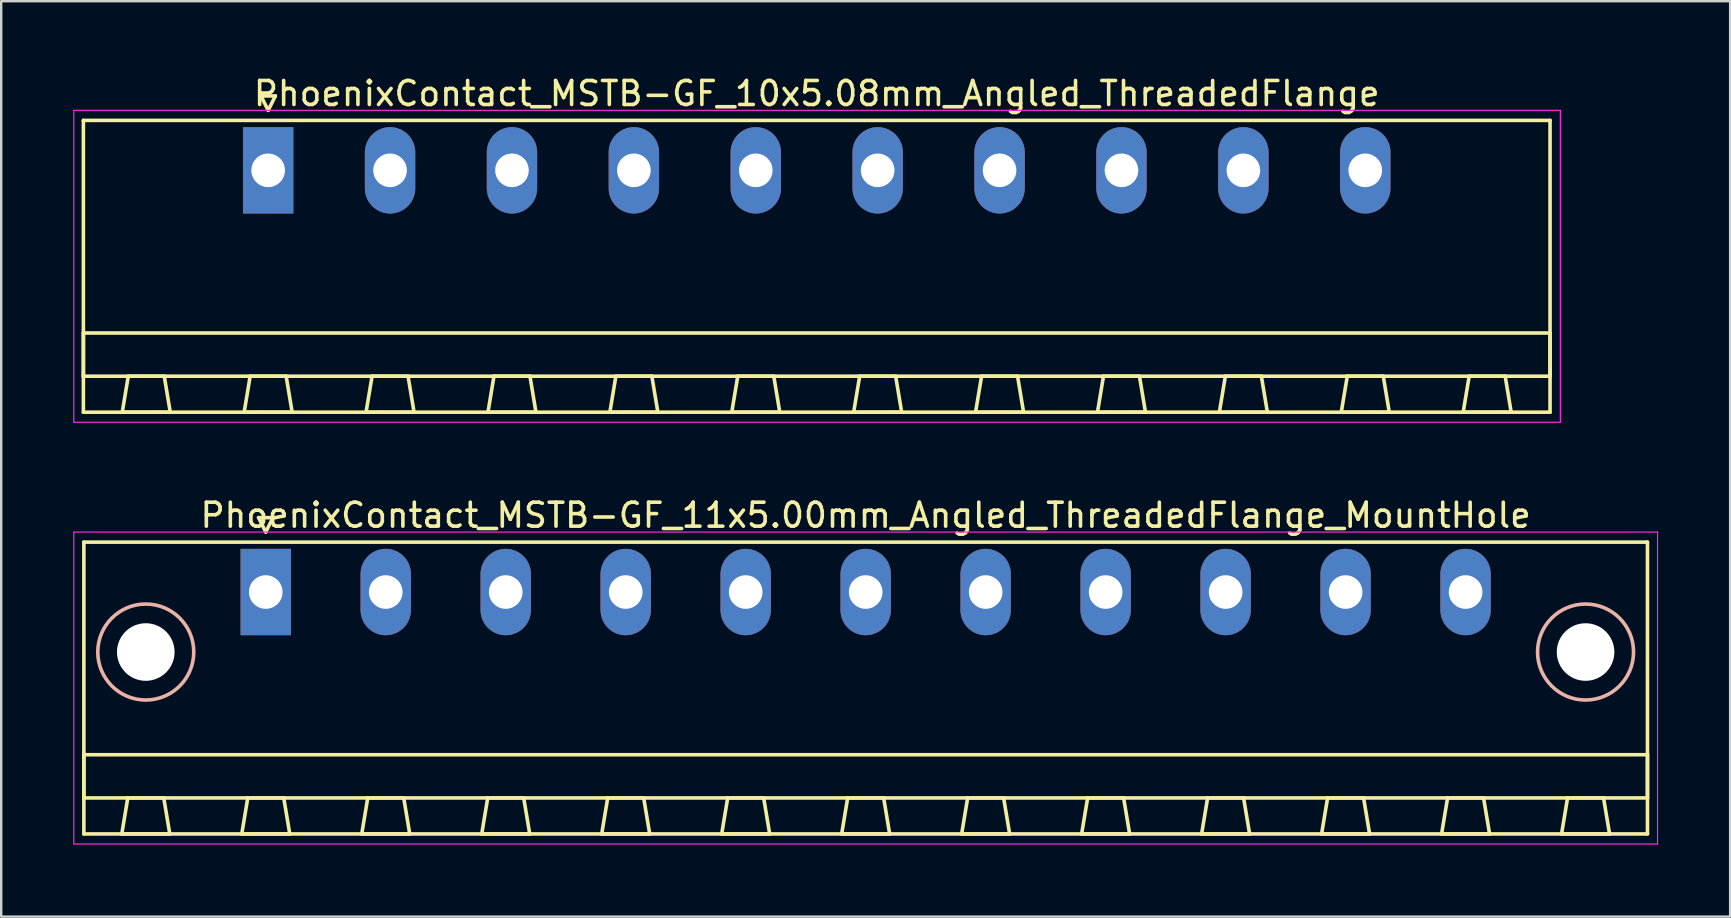
<source format=kicad_pcb>
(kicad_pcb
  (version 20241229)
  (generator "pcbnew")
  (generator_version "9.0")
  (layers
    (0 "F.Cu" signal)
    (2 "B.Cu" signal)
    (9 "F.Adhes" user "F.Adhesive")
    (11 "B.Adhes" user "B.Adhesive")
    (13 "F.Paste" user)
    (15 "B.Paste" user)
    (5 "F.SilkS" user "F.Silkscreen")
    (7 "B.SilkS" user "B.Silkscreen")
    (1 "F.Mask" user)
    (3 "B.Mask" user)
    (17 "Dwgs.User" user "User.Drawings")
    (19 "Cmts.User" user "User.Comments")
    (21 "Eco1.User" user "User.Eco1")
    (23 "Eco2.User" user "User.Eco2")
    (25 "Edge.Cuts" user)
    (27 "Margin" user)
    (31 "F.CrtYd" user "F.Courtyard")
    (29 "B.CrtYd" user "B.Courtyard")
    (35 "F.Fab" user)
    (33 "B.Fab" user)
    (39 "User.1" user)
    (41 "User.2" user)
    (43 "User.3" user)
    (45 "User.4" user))
  (footprint "PhoenixContact_MSTB-GF_10x5.08mm_Angled_ThreadedFlange"
    (layer "F.Cu")
    (at 8.125 4.048)
    (property "Reference" "PhoenixContact_MSTB-GF_10x5.08mm_Angled_ThreadedFlange" (at 22.86 -3.2 0) (layer "F.SilkS") (effects (font (size 1 1) (thickness 0.15))))
    (attr through_hole)
    (fp_line (start -7.7 -2.08) (end -7.7 10.08) (stroke (width 0.15) (type solid)) (layer "F.SilkS"))
    (fp_line (start -7.7 6.78) (end 53.42 6.78) (stroke (width 0.15) (type solid)) (layer "F.SilkS"))
    (fp_line (start -7.7 8.58) (end -7.7 6.78) (stroke (width 0.15) (type solid)) (layer "F.SilkS"))
    (fp_line (start -7.7 10.08) (end 53.42 10.08) (stroke (width 0.15) (type solid)) (layer "F.SilkS"))
    (fp_line (start -6.08 10.08) (end -4.08 10.08) (stroke (width 0.15) (type solid)) (layer "F.SilkS"))
    (fp_line (start -5.83 8.58) (end -6.08 10.08) (stroke (width 0.15) (type solid)) (layer "F.SilkS"))
    (fp_line (start -4.33 8.58) (end -5.83 8.58) (stroke (width 0.15) (type solid)) (layer "F.SilkS"))
    (fp_line (start -4.08 10.08) (end -4.33 8.58) (stroke (width 0.15) (type solid)) (layer "F.SilkS"))
    (fp_line (start -1 10.08) (end 1 10.08) (stroke (width 0.15) (type solid)) (layer "F.SilkS"))
    (fp_line (start -0.75 8.58) (end -1 10.08) (stroke (width 0.15) (type solid)) (layer "F.SilkS"))
    (fp_line (start -0.3 -3.1) (end 0 -2.5) (stroke (width 0.15) (type solid)) (layer "F.SilkS"))
    (fp_line (start 0 -2.5) (end 0.3 -3.1) (stroke (width 0.15) (type solid)) (layer "F.SilkS"))
    (fp_line (start 0.3 -3.1) (end -0.3 -3.1) (stroke (width 0.15) (type solid)) (layer "F.SilkS"))
    (fp_line (start 0.75 8.58) (end -0.75 8.58) (stroke (width 0.15) (type solid)) (layer "F.SilkS"))
    (fp_line (start 1 10.08) (end 0.75 8.58) (stroke (width 0.15) (type solid)) (layer "F.SilkS"))
    (fp_line (start 4.08 10.08) (end 6.08 10.08) (stroke (width 0.15) (type solid)) (layer "F.SilkS"))
    (fp_line (start 4.33 8.58) (end 4.08 10.08) (stroke (width 0.15) (type solid)) (layer "F.SilkS"))
    (fp_line (start 5.83 8.58) (end 4.33 8.58) (stroke (width 0.15) (type solid)) (layer "F.SilkS"))
    (fp_line (start 6.08 10.08) (end 5.83 8.58) (stroke (width 0.15) (type solid)) (layer "F.SilkS"))
    (fp_line (start 9.16 10.08) (end 11.16 10.08) (stroke (width 0.15) (type solid)) (layer "F.SilkS"))
    (fp_line (start 9.41 8.58) (end 9.16 10.08) (stroke (width 0.15) (type solid)) (layer "F.SilkS"))
    (fp_line (start 10.91 8.58) (end 9.41 8.58) (stroke (width 0.15) (type solid)) (layer "F.SilkS"))
    (fp_line (start 11.16 10.08) (end 10.91 8.58) (stroke (width 0.15) (type solid)) (layer "F.SilkS"))
    (fp_line (start 14.24 10.08) (end 16.24 10.08) (stroke (width 0.15) (type solid)) (layer "F.SilkS"))
    (fp_line (start 14.49 8.58) (end 14.24 10.08) (stroke (width 0.15) (type solid)) (layer "F.SilkS"))
    (fp_line (start 15.99 8.58) (end 14.49 8.58) (stroke (width 0.15) (type solid)) (layer "F.SilkS"))
    (fp_line (start 16.24 10.08) (end 15.99 8.58) (stroke (width 0.15) (type solid)) (layer "F.SilkS"))
    (fp_line (start 19.32 10.08) (end 21.32 10.08) (stroke (width 0.15) (type solid)) (layer "F.SilkS"))
    (fp_line (start 19.57 8.58) (end 19.32 10.08) (stroke (width 0.15) (type solid)) (layer "F.SilkS"))
    (fp_line (start 21.07 8.58) (end 19.57 8.58) (stroke (width 0.15) (type solid)) (layer "F.SilkS"))
    (fp_line (start 21.32 10.08) (end 21.07 8.58) (stroke (width 0.15) (type solid)) (layer "F.SilkS"))
    (fp_line (start 24.4 10.08) (end 26.4 10.08) (stroke (width 0.15) (type solid)) (layer "F.SilkS"))
    (fp_line (start 24.65 8.58) (end 24.4 10.08) (stroke (width 0.15) (type solid)) (layer "F.SilkS"))
    (fp_line (start 26.15 8.58) (end 24.65 8.58) (stroke (width 0.15) (type solid)) (layer "F.SilkS"))
    (fp_line (start 26.4 10.08) (end 26.15 8.58) (stroke (width 0.15) (type solid)) (layer "F.SilkS"))
    (fp_line (start 29.48 10.08) (end 31.48 10.08) (stroke (width 0.15) (type solid)) (layer "F.SilkS"))
    (fp_line (start 29.73 8.58) (end 29.48 10.08) (stroke (width 0.15) (type solid)) (layer "F.SilkS"))
    (fp_line (start 31.23 8.58) (end 29.73 8.58) (stroke (width 0.15) (type solid)) (layer "F.SilkS"))
    (fp_line (start 31.48 10.08) (end 31.23 8.58) (stroke (width 0.15) (type solid)) (layer "F.SilkS"))
    (fp_line (start 34.56 10.08) (end 36.56 10.08) (stroke (width 0.15) (type solid)) (layer "F.SilkS"))
    (fp_line (start 34.81 8.58) (end 34.56 10.08) (stroke (width 0.15) (type solid)) (layer "F.SilkS"))
    (fp_line (start 36.31 8.58) (end 34.81 8.58) (stroke (width 0.15) (type solid)) (layer "F.SilkS"))
    (fp_line (start 36.56 10.08) (end 36.31 8.58) (stroke (width 0.15) (type solid)) (layer "F.SilkS"))
    (fp_line (start 39.64 10.08) (end 41.64 10.08) (stroke (width 0.15) (type solid)) (layer "F.SilkS"))
    (fp_line (start 39.89 8.58) (end 39.64 10.08) (stroke (width 0.15) (type solid)) (layer "F.SilkS"))
    (fp_line (start 41.39 8.58) (end 39.89 8.58) (stroke (width 0.15) (type solid)) (layer "F.SilkS"))
    (fp_line (start 41.64 10.08) (end 41.39 8.58) (stroke (width 0.15) (type solid)) (layer "F.SilkS"))
    (fp_line (start 44.72 10.08) (end 46.72 10.08) (stroke (width 0.15) (type solid)) (layer "F.SilkS"))
    (fp_line (start 44.97 8.58) (end 44.72 10.08) (stroke (width 0.15) (type solid)) (layer "F.SilkS"))
    (fp_line (start 46.47 8.58) (end 44.97 8.58) (stroke (width 0.15) (type solid)) (layer "F.SilkS"))
    (fp_line (start 46.72 10.08) (end 46.47 8.58) (stroke (width 0.15) (type solid)) (layer "F.SilkS"))
    (fp_line (start 49.8 10.08) (end 51.8 10.08) (stroke (width 0.15) (type solid)) (layer "F.SilkS"))
    (fp_line (start 50.05 8.58) (end 49.8 10.08) (stroke (width 0.15) (type solid)) (layer "F.SilkS"))
    (fp_line (start 51.55 8.58) (end 50.05 8.58) (stroke (width 0.15) (type solid)) (layer "F.SilkS"))
    (fp_line (start 51.8 10.08) (end 51.55 8.58) (stroke (width 0.15) (type solid)) (layer "F.SilkS"))
    (fp_line (start 53.42 -2.08) (end -7.7 -2.08) (stroke (width 0.15) (type solid)) (layer "F.SilkS"))
    (fp_line (start 53.42 6.78) (end 53.42 8.58) (stroke (width 0.15) (type solid)) (layer "F.SilkS"))
    (fp_line (start 53.42 8.58) (end -7.7 8.58) (stroke (width 0.15) (type solid)) (layer "F.SilkS"))
    (fp_line (start 53.42 10.08) (end 53.42 -2.08) (stroke (width 0.15) (type solid)) (layer "F.SilkS"))
    (fp_line (start -8.1 -2.5) (end -8.1 10.5) (stroke (width 0.05) (type solid)) (layer "F.CrtYd"))
    (fp_line (start -8.1 10.5) (end 53.85 10.5) (stroke (width 0.05) (type solid)) (layer "F.CrtYd"))
    (fp_line (start 53.85 -2.5) (end -8.1 -2.5) (stroke (width 0.05) (type solid)) (layer "F.CrtYd"))
    (fp_line (start 53.85 10.5) (end 53.85 -2.5) (stroke (width 0.05) (type solid)) (layer "F.CrtYd"))
    (pad "1" thru_hole rect (at 0 0) (size 2.1 3.6) (drill 1.4) (layers "*.Cu" "*.Mask"))
    (pad "2" thru_hole oval (at 5.08 0) (size 2.1 3.6) (drill 1.4) (layers "*.Cu" "*.Mask"))
    (pad "3" thru_hole oval (at 10.16 0) (size 2.1 3.6) (drill 1.4) (layers "*.Cu" "*.Mask"))
    (pad "4" thru_hole oval (at 15.24 0) (size 2.1 3.6) (drill 1.4) (layers "*.Cu" "*.Mask"))
    (pad "5" thru_hole oval (at 20.32 0) (size 2.1 3.6) (drill 1.4) (layers "*.Cu" "*.Mask"))
    (pad "6" thru_hole oval (at 25.4 0) (size 2.1 3.6) (drill 1.4) (layers "*.Cu" "*.Mask"))
    (pad "7" thru_hole oval (at 30.48 0) (size 2.1 3.6) (drill 1.4) (layers "*.Cu" "*.Mask"))
    (pad "8" thru_hole oval (at 35.56 0) (size 2.1 3.6) (drill 1.4) (layers "*.Cu" "*.Mask"))
    (pad "9" thru_hole oval (at 40.64 0) (size 2.1 3.6) (drill 1.4) (layers "*.Cu" "*.Mask"))
    (pad "10" thru_hole oval (at 45.72 0) (size 2.1 3.6) (drill 1.4) (layers "*.Cu" "*.Mask")))
  (footprint "PhoenixContact_MSTB-GF_11x5.00mm_Angled_ThreadedFlange_MountHole"
    (layer "F.Cu")
    (at 8.025 21.622)
    (property "Reference" "PhoenixContact_MSTB-GF_11x5.00mm_Angled_ThreadedFlange_MountHole" (at 25 -3.2 0) (layer "F.SilkS") (effects (font (size 1 1) (thickness 0.15))))
    (attr through_hole)
    (fp_line (start -7.58 -2.08) (end -7.58 10.08) (stroke (width 0.15) (type solid)) (layer "F.SilkS"))
    (fp_line (start -7.58 6.78) (end 57.58 6.78) (stroke (width 0.15) (type solid)) (layer "F.SilkS"))
    (fp_line (start -7.58 8.58) (end -7.58 6.78) (stroke (width 0.15) (type solid)) (layer "F.SilkS"))
    (fp_line (start -7.58 10.08) (end 57.58 10.08) (stroke (width 0.15) (type solid)) (layer "F.SilkS"))
    (fp_line (start -6 10.08) (end -4 10.08) (stroke (width 0.15) (type solid)) (layer "F.SilkS"))
    (fp_line (start -5.75 8.58) (end -6 10.08) (stroke (width 0.15) (type solid)) (layer "F.SilkS"))
    (fp_line (start -4.25 8.58) (end -5.75 8.58) (stroke (width 0.15) (type solid)) (layer "F.SilkS"))
    (fp_line (start -4 10.08) (end -4.25 8.58) (stroke (width 0.15) (type solid)) (layer "F.SilkS"))
    (fp_line (start -1 10.08) (end 1 10.08) (stroke (width 0.15) (type solid)) (layer "F.SilkS"))
    (fp_line (start -0.75 8.58) (end -1 10.08) (stroke (width 0.15) (type solid)) (layer "F.SilkS"))
    (fp_line (start -0.3 -3.1) (end 0 -2.5) (stroke (width 0.15) (type solid)) (layer "F.SilkS"))
    (fp_line (start 0 -2.5) (end 0.3 -3.1) (stroke (width 0.15) (type solid)) (layer "F.SilkS"))
    (fp_line (start 0.3 -3.1) (end -0.3 -3.1) (stroke (width 0.15) (type solid)) (layer "F.SilkS"))
    (fp_line (start 0.75 8.58) (end -0.75 8.58) (stroke (width 0.15) (type solid)) (layer "F.SilkS"))
    (fp_line (start 1 10.08) (end 0.75 8.58) (stroke (width 0.15) (type solid)) (layer "F.SilkS"))
    (fp_line (start 4 10.08) (end 6 10.08) (stroke (width 0.15) (type solid)) (layer "F.SilkS"))
    (fp_line (start 4.25 8.58) (end 4 10.08) (stroke (width 0.15) (type solid)) (layer "F.SilkS"))
    (fp_line (start 5.75 8.58) (end 4.25 8.58) (stroke (width 0.15) (type solid)) (layer "F.SilkS"))
    (fp_line (start 6 10.08) (end 5.75 8.58) (stroke (width 0.15) (type solid)) (layer "F.SilkS"))
    (fp_line (start 9 10.08) (end 11 10.08) (stroke (width 0.15) (type solid)) (layer "F.SilkS"))
    (fp_line (start 9.25 8.58) (end 9 10.08) (stroke (width 0.15) (type solid)) (layer "F.SilkS"))
    (fp_line (start 10.75 8.58) (end 9.25 8.58) (stroke (width 0.15) (type solid)) (layer "F.SilkS"))
    (fp_line (start 11 10.08) (end 10.75 8.58) (stroke (width 0.15) (type solid)) (layer "F.SilkS"))
    (fp_line (start 14 10.08) (end 16 10.08) (stroke (width 0.15) (type solid)) (layer "F.SilkS"))
    (fp_line (start 14.25 8.58) (end 14 10.08) (stroke (width 0.15) (type solid)) (layer "F.SilkS"))
    (fp_line (start 15.75 8.58) (end 14.25 8.58) (stroke (width 0.15) (type solid)) (layer "F.SilkS"))
    (fp_line (start 16 10.08) (end 15.75 8.58) (stroke (width 0.15) (type solid)) (layer "F.SilkS"))
    (fp_line (start 19 10.08) (end 21 10.08) (stroke (width 0.15) (type solid)) (layer "F.SilkS"))
    (fp_line (start 19.25 8.58) (end 19 10.08) (stroke (width 0.15) (type solid)) (layer "F.SilkS"))
    (fp_line (start 20.75 8.58) (end 19.25 8.58) (stroke (width 0.15) (type solid)) (layer "F.SilkS"))
    (fp_line (start 21 10.08) (end 20.75 8.58) (stroke (width 0.15) (type solid)) (layer "F.SilkS"))
    (fp_line (start 24 10.08) (end 26 10.08) (stroke (width 0.15) (type solid)) (layer "F.SilkS"))
    (fp_line (start 24.25 8.58) (end 24 10.08) (stroke (width 0.15) (type solid)) (layer "F.SilkS"))
    (fp_line (start 25.75 8.58) (end 24.25 8.58) (stroke (width 0.15) (type solid)) (layer "F.SilkS"))
    (fp_line (start 26 10.08) (end 25.75 8.58) (stroke (width 0.15) (type solid)) (layer "F.SilkS"))
    (fp_line (start 29 10.08) (end 31 10.08) (stroke (width 0.15) (type solid)) (layer "F.SilkS"))
    (fp_line (start 29.25 8.58) (end 29 10.08) (stroke (width 0.15) (type solid)) (layer "F.SilkS"))
    (fp_line (start 30.75 8.58) (end 29.25 8.58) (stroke (width 0.15) (type solid)) (layer "F.SilkS"))
    (fp_line (start 31 10.08) (end 30.75 8.58) (stroke (width 0.15) (type solid)) (layer "F.SilkS"))
    (fp_line (start 34 10.08) (end 36 10.08) (stroke (width 0.15) (type solid)) (layer "F.SilkS"))
    (fp_line (start 34.25 8.58) (end 34 10.08) (stroke (width 0.15) (type solid)) (layer "F.SilkS"))
    (fp_line (start 35.75 8.58) (end 34.25 8.58) (stroke (width 0.15) (type solid)) (layer "F.SilkS"))
    (fp_line (start 36 10.08) (end 35.75 8.58) (stroke (width 0.15) (type solid)) (layer "F.SilkS"))
    (fp_line (start 39 10.08) (end 41 10.08) (stroke (width 0.15) (type solid)) (layer "F.SilkS"))
    (fp_line (start 39.25 8.58) (end 39 10.08) (stroke (width 0.15) (type solid)) (layer "F.SilkS"))
    (fp_line (start 40.75 8.58) (end 39.25 8.58) (stroke (width 0.15) (type solid)) (layer "F.SilkS"))
    (fp_line (start 41 10.08) (end 40.75 8.58) (stroke (width 0.15) (type solid)) (layer "F.SilkS"))
    (fp_line (start 44 10.08) (end 46 10.08) (stroke (width 0.15) (type solid)) (layer "F.SilkS"))
    (fp_line (start 44.25 8.58) (end 44 10.08) (stroke (width 0.15) (type solid)) (layer "F.SilkS"))
    (fp_line (start 45.75 8.58) (end 44.25 8.58) (stroke (width 0.15) (type solid)) (layer "F.SilkS"))
    (fp_line (start 46 10.08) (end 45.75 8.58) (stroke (width 0.15) (type solid)) (layer "F.SilkS"))
    (fp_line (start 49 10.08) (end 51 10.08) (stroke (width 0.15) (type solid)) (layer "F.SilkS"))
    (fp_line (start 49.25 8.58) (end 49 10.08) (stroke (width 0.15) (type solid)) (layer "F.SilkS"))
    (fp_line (start 50.75 8.58) (end 49.25 8.58) (stroke (width 0.15) (type solid)) (layer "F.SilkS"))
    (fp_line (start 51 10.08) (end 50.75 8.58) (stroke (width 0.15) (type solid)) (layer "F.SilkS"))
    (fp_line (start 54 10.08) (end 56 10.08) (stroke (width 0.15) (type solid)) (layer "F.SilkS"))
    (fp_line (start 54.25 8.58) (end 54 10.08) (stroke (width 0.15) (type solid)) (layer "F.SilkS"))
    (fp_line (start 55.75 8.58) (end 54.25 8.58) (stroke (width 0.15) (type solid)) (layer "F.SilkS"))
    (fp_line (start 56 10.08) (end 55.75 8.58) (stroke (width 0.15) (type solid)) (layer "F.SilkS"))
    (fp_line (start 57.58 -2.08) (end -7.58 -2.08) (stroke (width 0.15) (type solid)) (layer "F.SilkS"))
    (fp_line (start 57.58 6.78) (end 57.58 8.58) (stroke (width 0.15) (type solid)) (layer "F.SilkS"))
    (fp_line (start 57.58 8.58) (end -7.58 8.58) (stroke (width 0.15) (type solid)) (layer "F.SilkS"))
    (fp_line (start 57.58 10.08) (end 57.58 -2.08) (stroke (width 0.15) (type solid)) (layer "F.SilkS"))
    (fp_circle (center -5 2.5) (end -3 2.5) (stroke (width 0.15) (type solid)) (fill no) (layer "B.SilkS"))
    (fp_circle (center 55 2.5) (end 57 2.5) (stroke (width 0.15) (type solid)) (fill no) (layer "B.SilkS"))
    (fp_line (start -8 -2.5) (end -8 10.5) (stroke (width 0.05) (type solid)) (layer "F.CrtYd"))
    (fp_line (start -8 10.5) (end 58 10.5) (stroke (width 0.05) (type solid)) (layer "F.CrtYd"))
    (fp_line (start 58 -2.5) (end -8 -2.5) (stroke (width 0.05) (type solid)) (layer "F.CrtYd"))
    (fp_line (start 58 10.5) (end 58 -2.5) (stroke (width 0.05) (type solid)) (layer "F.CrtYd"))
    (pad "" np_thru_hole circle (at -5 2.5) (size 2.4 2.4) (drill 2.4) (layers "*.Cu" "*.Mask"))
    (pad "" np_thru_hole circle (at 55 2.5) (size 2.4 2.4) (drill 2.4) (layers "*.Cu" "*.Mask"))
    (pad "1" thru_hole rect (at 0 0) (size 2.1 3.6) (drill 1.4) (layers "*.Cu" "*.Mask"))
    (pad "2" thru_hole oval (at 5 0) (size 2.1 3.6) (drill 1.4) (layers "*.Cu" "*.Mask"))
    (pad "3" thru_hole oval (at 10 0) (size 2.1 3.6) (drill 1.4) (layers "*.Cu" "*.Mask"))
    (pad "4" thru_hole oval (at 15 0) (size 2.1 3.6) (drill 1.4) (layers "*.Cu" "*.Mask"))
    (pad "5" thru_hole oval (at 20 0) (size 2.1 3.6) (drill 1.4) (layers "*.Cu" "*.Mask"))
    (pad "6" thru_hole oval (at 25 0) (size 2.1 3.6) (drill 1.4) (layers "*.Cu" "*.Mask"))
    (pad "7" thru_hole oval (at 30 0) (size 2.1 3.6) (drill 1.4) (layers "*.Cu" "*.Mask"))
    (pad "8" thru_hole oval (at 35 0) (size 2.1 3.6) (drill 1.4) (layers "*.Cu" "*.Mask"))
    (pad "9" thru_hole oval (at 40 0) (size 2.1 3.6) (drill 1.4) (layers "*.Cu" "*.Mask"))
    (pad "10" thru_hole oval (at 45 0) (size 2.1 3.6) (drill 1.4) (layers "*.Cu" "*.Mask"))
    (pad "11" thru_hole oval (at 50 0) (size 2.1 3.6) (drill 1.4) (layers "*.Cu" "*.Mask")))
  (gr_rect
    (start -3 -3)
    (end 69.05 35.147)
    (stroke (width 0.1) (type default))
    (fill no)
    (layer "Edge.Cuts")))
</source>
